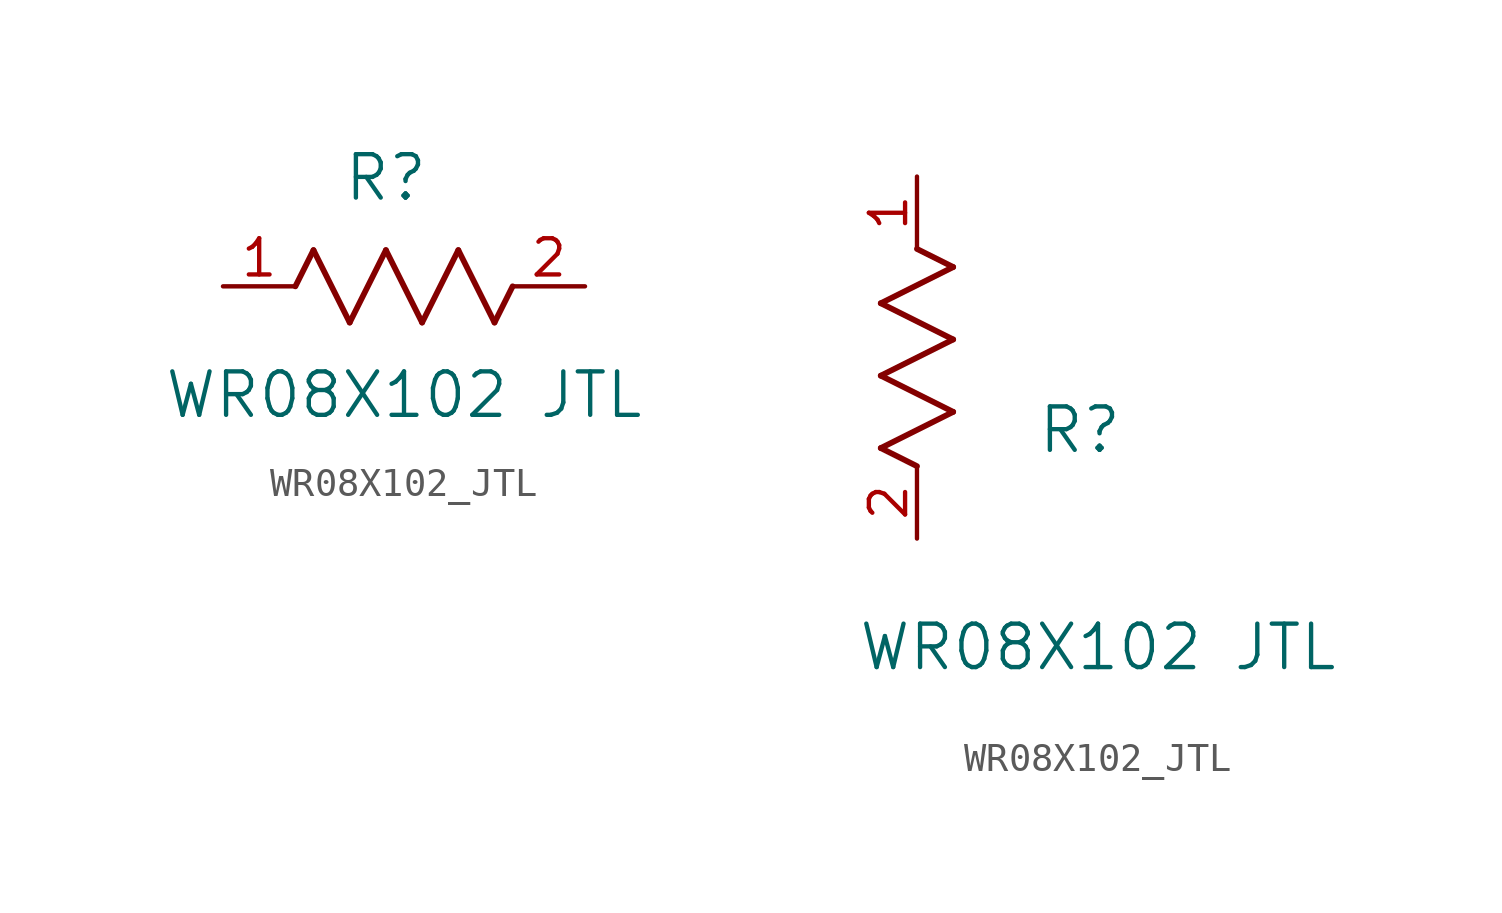
<source format=kicad_sym>
(kicad_symbol_lib
  (version 20211014)
  (generator kicad_symbol_editor)
  (symbol "WR08X102_JTL"
    (pin_names
      (offset 0.254))
    (property "Reference" "R"
      (at 5.715 3.81 0)
      (effects (font (size 1.524 1.524))))
    (property "Value" "WR08X102 JTL"
      (at 6.35 -3.81 0)
      (effects (font (size 1.524 1.524))))
    (symbol "WR08X102_JTL_1_1"
      (polyline (pts (xy 3.175 1.27) (xy 4.445 -1.27)) (stroke (width 0.203) (type default) (color 0 0 0 0)) (fill (type none)))
      (polyline (pts (xy 4.445 -1.27) (xy 5.715 1.27)) (stroke (width 0.203) (type default) (color 0 0 0 0)) (fill (type none)))
      (polyline (pts (xy 5.715 1.27) (xy 6.985 -1.27)) (stroke (width 0.203) (type default) (color 0 0 0 0)) (fill (type none)))
      (polyline (pts (xy 6.985 -1.27) (xy 8.255 1.27)) (stroke (width 0.203) (type default) (color 0 0 0 0)) (fill (type none)))
      (polyline (pts (xy 8.255 1.27) (xy 9.525 -1.27)) (stroke (width 0.203) (type default) (color 0 0 0 0)) (fill (type none)))
      (polyline (pts (xy 2.54 0) (xy 3.175 1.27)) (stroke (width 0.203) (type default) (color 0 0 0 0)) (fill (type none)))
      (polyline (pts (xy 9.525 -1.27) (xy 10.16 0)) (stroke (width 0.203) (type default) (color 0 0 0 0)) (fill (type none)))
      (pin unspecified line (at 0 0 0) (length 2.54) (name "" (effects (font (size 1.27 1.27)))) (number "1" (effects (font (size 1.27 1.27)))))
      (pin unspecified line (at 12.7 0 180) (length 2.54) (name "" (effects (font (size 1.27 1.27)))) (number "2" (effects (font (size 1.27 1.27))))))
    (symbol "WR08X102_JTL_1_2"
      (polyline (pts (xy 0 2.54) (xy -1.27 3.175)) (stroke (width 0.203) (type default) (color 0 0 0 0)) (fill (type none)))
      (polyline (pts (xy -1.27 3.175) (xy 1.27 4.445)) (stroke (width 0.203) (type default) (color 0 0 0 0)) (fill (type none)))
      (polyline (pts (xy 1.27 4.445) (xy -1.27 5.715)) (stroke (width 0.203) (type default) (color 0 0 0 0)) (fill (type none)))
      (polyline (pts (xy -1.27 5.715) (xy 1.27 6.985)) (stroke (width 0.203) (type default) (color 0 0 0 0)) (fill (type none)))
      (polyline (pts (xy -1.27 8.255) (xy 1.27 9.525)) (stroke (width 0.203) (type default) (color 0 0 0 0)) (fill (type none)))
      (polyline (pts (xy 1.27 9.525) (xy 0 10.16)) (stroke (width 0.203) (type default) (color 0 0 0 0)) (fill (type none)))
      (polyline (pts (xy 1.27 6.985) (xy -1.27 8.255)) (stroke (width 0.203) (type default) (color 0 0 0 0)) (fill (type none)))
      (pin unspecified line (at 0 12.7 270) (length 2.54) (name "" (effects (font (size 1.27 1.27)))) (number "1" (effects (font (size 1.27 1.27)))))
      (pin unspecified line (at 0 0 90) (length 2.54) (name "" (effects (font (size 1.27 1.27)))) (number "2" (effects (font (size 1.27 1.27))))))))
</source>
